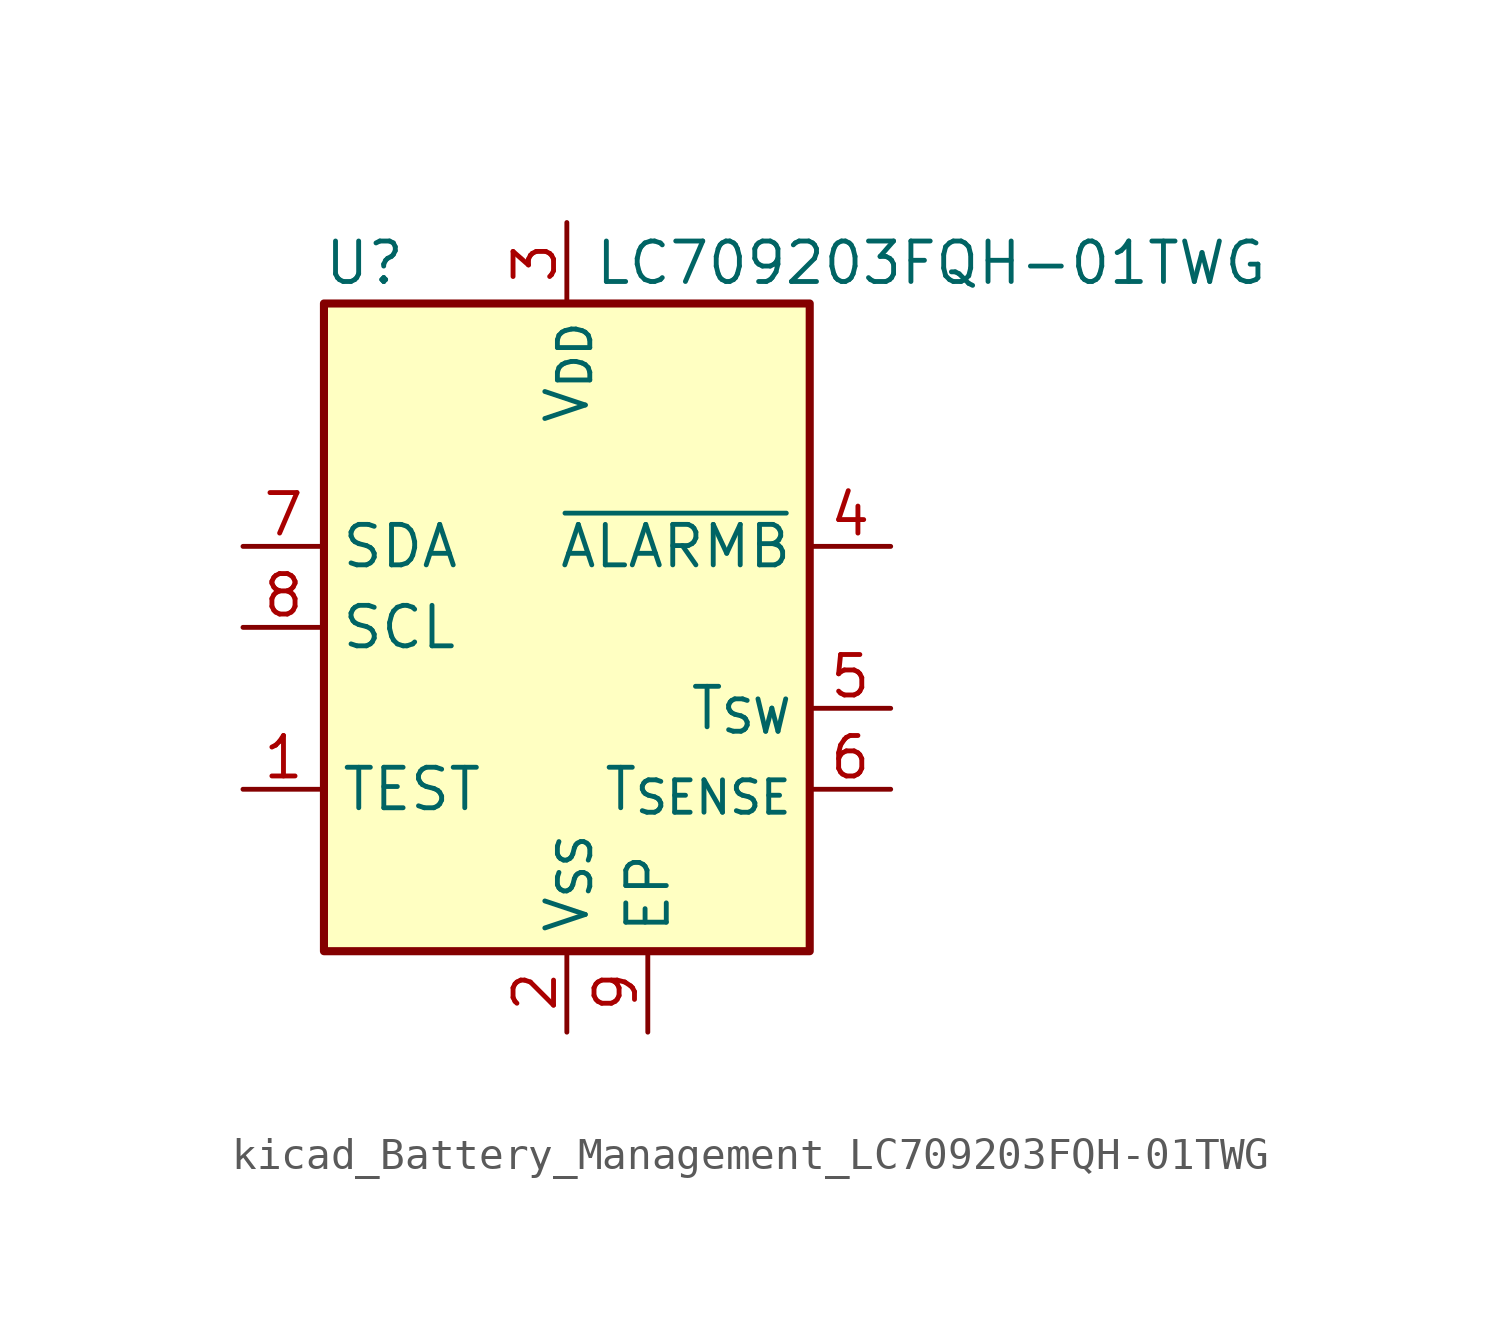
<source format=kicad_sym>
(kicad_symbol_lib
  (version 20220914)
  (generator kicad_symbol_editor)
  (symbol "kicad_Battery_Management_LC709203FQH-01TWG"
    (property "Reference" "U"
      (at -6.35 11.43 0)
      (effects (font (size 1.27 1.27))))
    (property "Value" "LC709203FQH-01TWG"
      (at 11.43 11.43 0)
      (effects (font (size 1.27 1.27))))
    (symbol "kicad_Battery_Management_LC709203FQH-01TWG_0_1"
      (rectangle (start -7.62 10.16) (end 7.62 -10.16) (stroke (width 0.254) (type default)) (fill (type background))))
    (symbol "kicad_Battery_Management_LC709203FQH-01TWG_1_1"
      (pin input line (at -10.16 -5.08 0) (length 2.54) (name "TEST" (effects (font (size 1.27 1.27)))) (number "1" (effects (font (size 1.27 1.27)))))
      (pin power_in line (at 0 -12.7 90) (length 2.54) (name "V_{SS}" (effects (font (size 1.27 1.27)))) (number "2" (effects (font (size 1.27 1.27)))))
      (pin power_in line (at 0 12.7 270) (length 2.54) (name "V_{DD}" (effects (font (size 1.27 1.27)))) (number "3" (effects (font (size 1.27 1.27)))))
      (pin open_collector line (at 10.16 2.54 180) (length 2.54) (name "~{ALARMB}" (effects (font (size 1.27 1.27)))) (number "4" (effects (font (size 1.27 1.27)))))
      (pin output line (at 10.16 -2.54 180) (length 2.54) (name "T_{SW}" (effects (font (size 1.27 1.27)))) (number "5" (effects (font (size 1.27 1.27)))))
      (pin input line (at 10.16 -5.08 180) (length 2.54) (name "T_{SENSE}" (effects (font (size 1.27 1.27)))) (number "6" (effects (font (size 1.27 1.27)))))
      (pin bidirectional line (at -10.16 2.54 0) (length 2.54) (name "SDA" (effects (font (size 1.27 1.27)))) (number "7" (effects (font (size 1.27 1.27)))))
      (pin input line (at -10.16 0 0) (length 2.54) (name "SCL" (effects (font (size 1.27 1.27)))) (number "8" (effects (font (size 1.27 1.27)))))
      (pin passive line (at 2.54 -12.7 90) (length 2.54) (name "EP" (effects (font (size 1.27 1.27)))) (number "9" (effects (font (size 1.27 1.27))))))))
</source>
